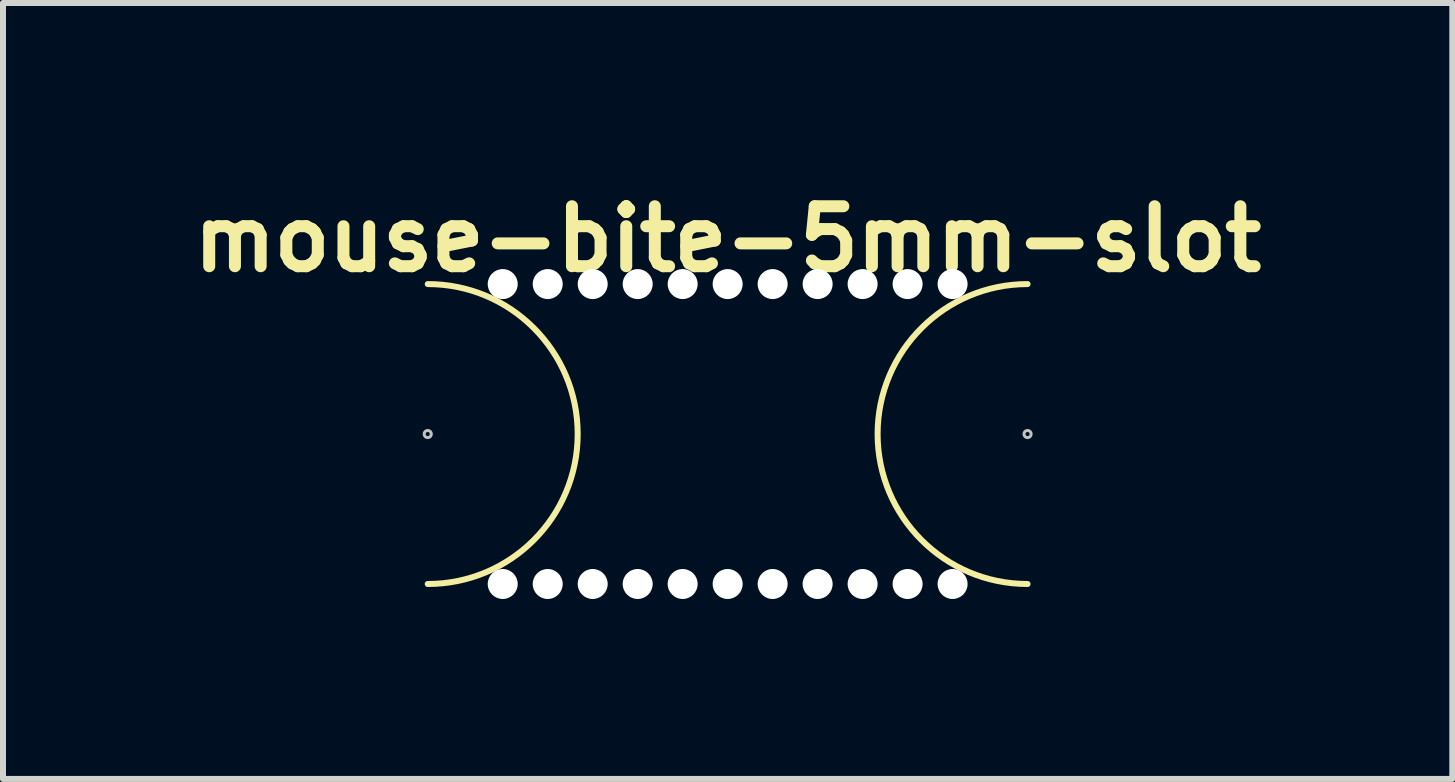
<source format=kicad_pcb>
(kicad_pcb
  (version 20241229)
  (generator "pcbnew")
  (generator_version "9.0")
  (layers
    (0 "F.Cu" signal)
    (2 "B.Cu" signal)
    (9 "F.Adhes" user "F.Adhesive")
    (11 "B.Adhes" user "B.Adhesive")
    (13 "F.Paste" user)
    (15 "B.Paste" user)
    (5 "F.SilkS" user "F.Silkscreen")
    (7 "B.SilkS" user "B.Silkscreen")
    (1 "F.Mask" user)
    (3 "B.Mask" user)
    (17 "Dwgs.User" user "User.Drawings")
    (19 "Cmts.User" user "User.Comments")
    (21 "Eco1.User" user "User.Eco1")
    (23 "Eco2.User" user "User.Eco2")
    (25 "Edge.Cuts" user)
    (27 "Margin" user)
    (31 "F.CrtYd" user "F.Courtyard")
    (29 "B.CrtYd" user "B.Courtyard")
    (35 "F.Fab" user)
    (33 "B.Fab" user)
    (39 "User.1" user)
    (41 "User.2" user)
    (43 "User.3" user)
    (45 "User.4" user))
  (footprint "mouse-bite-5mm-slot"
    (layer "F.Cu")
    (at 9.081 4.186)
    (property "Reference" "mouse-bite-5mm-slot" (at 0 -3.25 0) (layer "F.SilkS") (effects (font (size 1 1) (thickness 0.2))))
    (attr through_hole)
    (fp_arc (start -5 -2.5) (mid -2.5 0) (end -5 2.5) (stroke (width 0.1) (type solid)) (layer "F.SilkS"))
    (fp_arc (start 5 2.5) (mid 2.5 0) (end 5 -2.5) (stroke (width 0.1) (type solid)) (layer "F.SilkS"))
    (fp_circle (center -5 0) (end -4.94 0) (stroke (width 0.05) (type solid)) (fill no) (layer "Dwgs.User"))
    (fp_circle (center 5 0) (end 5.06 0) (stroke (width 0.05) (type solid)) (fill no) (layer "Dwgs.User"))
    (fp_line (start -5 0) (end -5 0) (stroke (width 5) (type solid)) (layer "Eco1.User"))
    (fp_line (start 5 0) (end 5 0) (stroke (width 5) (type solid)) (layer "Eco1.User"))
    (pad "" np_thru_hole circle (at -3.75 -2.5) (size 0.5 0.5) (drill 0.5) (layers "*.Cu" "*.Mask"))
    (pad "" np_thru_hole circle (at -3.75 2.5) (size 0.5 0.5) (drill 0.5) (layers "*.Cu" "*.Mask"))
    (pad "" np_thru_hole circle (at -3 -2.5) (size 0.5 0.5) (drill 0.5) (layers "*.Cu" "*.Mask"))
    (pad "" np_thru_hole circle (at -3 2.5) (size 0.5 0.5) (drill 0.5) (layers "*.Cu" "*.Mask"))
    (pad "" np_thru_hole circle (at -2.25 -2.5) (size 0.5 0.5) (drill 0.5) (layers "*.Cu" "*.Mask"))
    (pad "" np_thru_hole circle (at -2.25 2.5) (size 0.5 0.5) (drill 0.5) (layers "*.Cu" "*.Mask"))
    (pad "" np_thru_hole circle (at -1.5 -2.5) (size 0.5 0.5) (drill 0.5) (layers "*.Cu" "*.Mask"))
    (pad "" np_thru_hole circle (at -1.5 2.5) (size 0.5 0.5) (drill 0.5) (layers "*.Cu" "*.Mask"))
    (pad "" np_thru_hole circle (at -0.75 -2.5) (size 0.5 0.5) (drill 0.5) (layers "*.Cu" "*.Mask"))
    (pad "" np_thru_hole circle (at -0.75 2.5) (size 0.5 0.5) (drill 0.5) (layers "*.Cu" "*.Mask"))
    (pad "" np_thru_hole circle (at 0 -2.5) (size 0.5 0.5) (drill 0.5) (layers "*.Cu" "*.Mask"))
    (pad "" np_thru_hole circle (at 0 2.5) (size 0.5 0.5) (drill 0.5) (layers "*.Cu" "*.Mask"))
    (pad "" np_thru_hole circle (at 0.75 -2.5) (size 0.5 0.5) (drill 0.5) (layers "*.Cu" "*.Mask"))
    (pad "" np_thru_hole circle (at 0.75 2.5) (size 0.5 0.5) (drill 0.5) (layers "*.Cu" "*.Mask"))
    (pad "" np_thru_hole circle (at 1.5 -2.5) (size 0.5 0.5) (drill 0.5) (layers "*.Cu" "*.Mask"))
    (pad "" np_thru_hole circle (at 1.5 2.5) (size 0.5 0.5) (drill 0.5) (layers "*.Cu" "*.Mask"))
    (pad "" np_thru_hole circle (at 2.25 -2.5) (size 0.5 0.5) (drill 0.5) (layers "*.Cu" "*.Mask"))
    (pad "" np_thru_hole circle (at 2.25 2.5) (size 0.5 0.5) (drill 0.5) (layers "*.Cu" "*.Mask"))
    (pad "" np_thru_hole circle (at 3 -2.5) (size 0.5 0.5) (drill 0.5) (layers "*.Cu" "*.Mask"))
    (pad "" np_thru_hole circle (at 3 2.5) (size 0.5 0.5) (drill 0.5) (layers "*.Cu" "*.Mask"))
    (pad "" np_thru_hole circle (at 3.75 -2.5) (size 0.5 0.5) (drill 0.5) (layers "*.Cu" "*.Mask"))
    (pad "" np_thru_hole circle (at 3.75 2.5) (size 0.5 0.5) (drill 0.5) (layers "*.Cu" "*.Mask")))
  (gr_rect
    (start -3 -3)
    (end 21.162 9.936)
    (stroke (width 0.1) (type default))
    (fill no)
    (layer "Edge.Cuts")))
</source>
